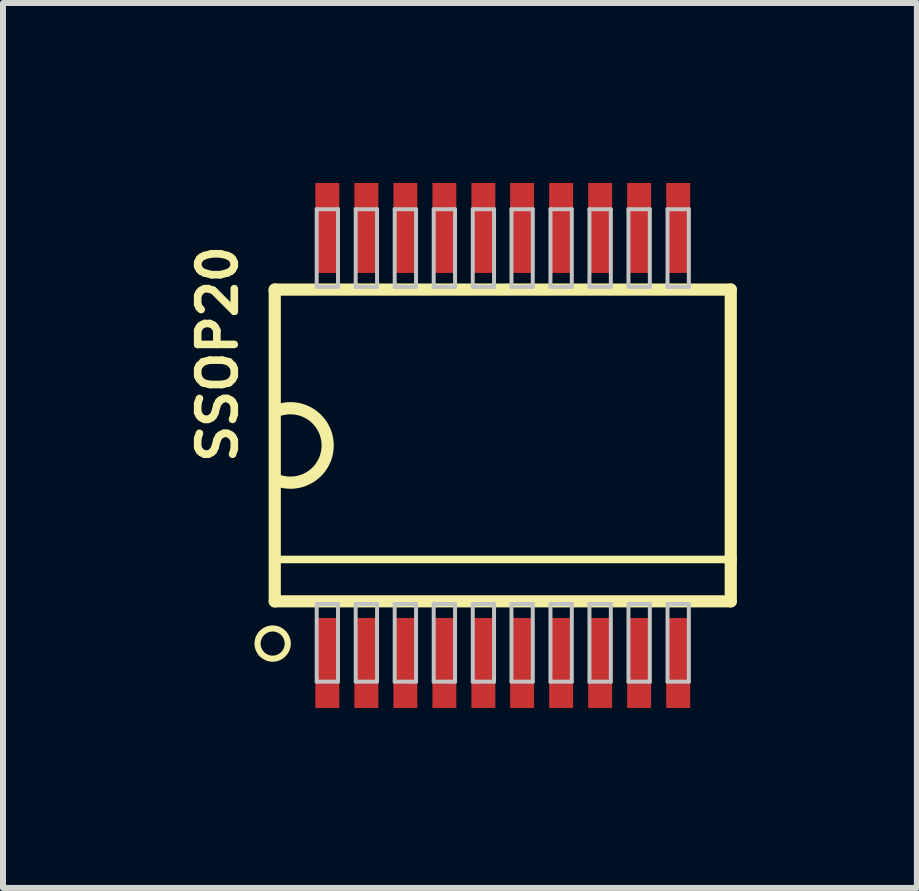
<source format=kicad_pcb>
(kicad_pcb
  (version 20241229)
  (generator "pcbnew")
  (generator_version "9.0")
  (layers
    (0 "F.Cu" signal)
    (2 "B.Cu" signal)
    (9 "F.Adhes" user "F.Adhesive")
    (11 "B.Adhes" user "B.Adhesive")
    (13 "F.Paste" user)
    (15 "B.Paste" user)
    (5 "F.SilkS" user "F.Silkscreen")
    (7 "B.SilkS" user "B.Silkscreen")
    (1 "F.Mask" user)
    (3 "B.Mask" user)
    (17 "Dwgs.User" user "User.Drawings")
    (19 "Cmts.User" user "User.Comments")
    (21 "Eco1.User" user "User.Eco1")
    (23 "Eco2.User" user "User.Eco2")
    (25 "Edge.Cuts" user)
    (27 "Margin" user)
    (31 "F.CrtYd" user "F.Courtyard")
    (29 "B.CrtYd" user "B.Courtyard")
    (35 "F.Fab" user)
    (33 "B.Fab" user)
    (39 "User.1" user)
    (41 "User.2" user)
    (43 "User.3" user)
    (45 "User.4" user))
  (footprint "SSOP20"
    (layer "F.Cu")
    (at 5.329 4.374)
    (property "Reference" "SSOP20" (at -4.75 -1.524 90) (layer "F.SilkS") (effects (font (size 0.61 0.61) (thickness 0.127))))
    (attr smd)
    (fp_line (start -3.823 -2.573) (end -3.8 -2.573) (stroke (width 0.127) (type solid)) (layer "F.SilkS"))
    (fp_line (start -3.8 -2.598) (end -3.8 -2.573) (stroke (width 0.203) (type solid)) (layer "F.SilkS"))
    (fp_line (start -3.8 -2.573) (end -3.8 2.598) (stroke (width 0.203) (type solid)) (layer "F.SilkS"))
    (fp_line (start -3.8 2.598) (end 3.8 2.598) (stroke (width 0.203) (type solid)) (layer "F.SilkS"))
    (fp_line (start -3.698 1.9) (end 3.8 1.9) (stroke (width 0.127) (type solid)) (layer "F.SilkS"))
    (fp_line (start 3.8 -2.598) (end -3.8 -2.598) (stroke (width 0.203) (type solid)) (layer "F.SilkS"))
    (fp_line (start 3.8 1.9) (end 3.8 -2.598) (stroke (width 0.203) (type solid)) (layer "F.SilkS"))
    (fp_line (start 3.8 2.598) (end 3.8 1.9) (stroke (width 0.203) (type solid)) (layer "F.SilkS"))
    (fp_arc (start -3.69824 -0.59944) (mid -2.917789 0.000579) (end -3.699359 0.59914) (stroke (width 0.2032) (type solid)) (layer "F.SilkS"))
    (fp_circle (center -3.835 3.302) (end -4.013 3.48) (stroke (width 0.102) (type solid)) (fill no) (layer "F.SilkS"))
    (fp_line (start -3.101 -3.937) (end -2.746 -3.937) (stroke (width 0.066) (type solid)) (layer "Dwgs.User"))
    (fp_line (start -3.101 -2.642) (end -3.101 -3.937) (stroke (width 0.066) (type solid)) (layer "Dwgs.User"))
    (fp_line (start -3.101 -2.642) (end -2.746 -2.642) (stroke (width 0.066) (type solid)) (layer "Dwgs.User"))
    (fp_line (start -3.101 2.642) (end -2.746 2.642) (stroke (width 0.066) (type solid)) (layer "Dwgs.User"))
    (fp_line (start -3.101 3.937) (end -3.101 2.642) (stroke (width 0.066) (type solid)) (layer "Dwgs.User"))
    (fp_line (start -3.101 3.937) (end -2.746 3.937) (stroke (width 0.066) (type solid)) (layer "Dwgs.User"))
    (fp_line (start -2.746 -2.642) (end -2.746 -3.937) (stroke (width 0.066) (type solid)) (layer "Dwgs.User"))
    (fp_line (start -2.746 3.937) (end -2.746 2.642) (stroke (width 0.066) (type solid)) (layer "Dwgs.User"))
    (fp_line (start -2.451 -3.937) (end -2.095 -3.937) (stroke (width 0.066) (type solid)) (layer "Dwgs.User"))
    (fp_line (start -2.451 -2.642) (end -2.451 -3.937) (stroke (width 0.066) (type solid)) (layer "Dwgs.User"))
    (fp_line (start -2.451 -2.642) (end -2.095 -2.642) (stroke (width 0.066) (type solid)) (layer "Dwgs.User"))
    (fp_line (start -2.451 2.642) (end -2.095 2.642) (stroke (width 0.066) (type solid)) (layer "Dwgs.User"))
    (fp_line (start -2.451 3.937) (end -2.451 2.642) (stroke (width 0.066) (type solid)) (layer "Dwgs.User"))
    (fp_line (start -2.451 3.937) (end -2.095 3.937) (stroke (width 0.066) (type solid)) (layer "Dwgs.User"))
    (fp_line (start -2.095 -2.642) (end -2.095 -3.937) (stroke (width 0.066) (type solid)) (layer "Dwgs.User"))
    (fp_line (start -2.095 3.937) (end -2.095 2.642) (stroke (width 0.066) (type solid)) (layer "Dwgs.User"))
    (fp_line (start -1.801 -3.937) (end -1.445 -3.937) (stroke (width 0.066) (type solid)) (layer "Dwgs.User"))
    (fp_line (start -1.801 -2.642) (end -1.801 -3.937) (stroke (width 0.066) (type solid)) (layer "Dwgs.User"))
    (fp_line (start -1.801 -2.642) (end -1.445 -2.642) (stroke (width 0.066) (type solid)) (layer "Dwgs.User"))
    (fp_line (start -1.801 2.642) (end -1.445 2.642) (stroke (width 0.066) (type solid)) (layer "Dwgs.User"))
    (fp_line (start -1.801 3.937) (end -1.801 2.642) (stroke (width 0.066) (type solid)) (layer "Dwgs.User"))
    (fp_line (start -1.801 3.937) (end -1.445 3.937) (stroke (width 0.066) (type solid)) (layer "Dwgs.User"))
    (fp_line (start -1.445 -2.642) (end -1.445 -3.937) (stroke (width 0.066) (type solid)) (layer "Dwgs.User"))
    (fp_line (start -1.445 3.937) (end -1.445 2.642) (stroke (width 0.066) (type solid)) (layer "Dwgs.User"))
    (fp_line (start -1.151 -3.937) (end -0.795 -3.937) (stroke (width 0.066) (type solid)) (layer "Dwgs.User"))
    (fp_line (start -1.151 -2.642) (end -1.151 -3.937) (stroke (width 0.066) (type solid)) (layer "Dwgs.User"))
    (fp_line (start -1.151 -2.642) (end -0.795 -2.642) (stroke (width 0.066) (type solid)) (layer "Dwgs.User"))
    (fp_line (start -1.151 2.642) (end -0.795 2.642) (stroke (width 0.066) (type solid)) (layer "Dwgs.User"))
    (fp_line (start -1.151 3.937) (end -1.151 2.642) (stroke (width 0.066) (type solid)) (layer "Dwgs.User"))
    (fp_line (start -1.151 3.937) (end -0.795 3.937) (stroke (width 0.066) (type solid)) (layer "Dwgs.User"))
    (fp_line (start -0.795 -2.642) (end -0.795 -3.937) (stroke (width 0.066) (type solid)) (layer "Dwgs.User"))
    (fp_line (start -0.795 3.937) (end -0.795 2.642) (stroke (width 0.066) (type solid)) (layer "Dwgs.User"))
    (fp_line (start -0.5 -3.937) (end -0.145 -3.937) (stroke (width 0.066) (type solid)) (layer "Dwgs.User"))
    (fp_line (start -0.5 -2.642) (end -0.5 -3.937) (stroke (width 0.066) (type solid)) (layer "Dwgs.User"))
    (fp_line (start -0.5 -2.642) (end -0.145 -2.642) (stroke (width 0.066) (type solid)) (layer "Dwgs.User"))
    (fp_line (start -0.5 2.642) (end -0.145 2.642) (stroke (width 0.066) (type solid)) (layer "Dwgs.User"))
    (fp_line (start -0.5 3.937) (end -0.5 2.642) (stroke (width 0.066) (type solid)) (layer "Dwgs.User"))
    (fp_line (start -0.5 3.937) (end -0.145 3.937) (stroke (width 0.066) (type solid)) (layer "Dwgs.User"))
    (fp_line (start -0.145 -2.642) (end -0.145 -3.937) (stroke (width 0.066) (type solid)) (layer "Dwgs.User"))
    (fp_line (start -0.145 3.937) (end -0.145 2.642) (stroke (width 0.066) (type solid)) (layer "Dwgs.User"))
    (fp_line (start 0.145 -3.937) (end 0.5 -3.937) (stroke (width 0.066) (type solid)) (layer "Dwgs.User"))
    (fp_line (start 0.145 -2.642) (end 0.145 -3.937) (stroke (width 0.066) (type solid)) (layer "Dwgs.User"))
    (fp_line (start 0.145 -2.642) (end 0.5 -2.642) (stroke (width 0.066) (type solid)) (layer "Dwgs.User"))
    (fp_line (start 0.145 2.642) (end 0.5 2.642) (stroke (width 0.066) (type solid)) (layer "Dwgs.User"))
    (fp_line (start 0.145 3.937) (end 0.145 2.642) (stroke (width 0.066) (type solid)) (layer "Dwgs.User"))
    (fp_line (start 0.145 3.937) (end 0.5 3.937) (stroke (width 0.066) (type solid)) (layer "Dwgs.User"))
    (fp_line (start 0.5 -2.642) (end 0.5 -3.937) (stroke (width 0.066) (type solid)) (layer "Dwgs.User"))
    (fp_line (start 0.5 3.937) (end 0.5 2.642) (stroke (width 0.066) (type solid)) (layer "Dwgs.User"))
    (fp_line (start 0.795 -3.937) (end 1.151 -3.937) (stroke (width 0.066) (type solid)) (layer "Dwgs.User"))
    (fp_line (start 0.795 -2.642) (end 0.795 -3.937) (stroke (width 0.066) (type solid)) (layer "Dwgs.User"))
    (fp_line (start 0.795 -2.642) (end 1.151 -2.642) (stroke (width 0.066) (type solid)) (layer "Dwgs.User"))
    (fp_line (start 0.795 2.642) (end 1.151 2.642) (stroke (width 0.066) (type solid)) (layer "Dwgs.User"))
    (fp_line (start 0.795 3.937) (end 0.795 2.642) (stroke (width 0.066) (type solid)) (layer "Dwgs.User"))
    (fp_line (start 0.795 3.937) (end 1.151 3.937) (stroke (width 0.066) (type solid)) (layer "Dwgs.User"))
    (fp_line (start 1.151 -2.642) (end 1.151 -3.937) (stroke (width 0.066) (type solid)) (layer "Dwgs.User"))
    (fp_line (start 1.151 3.937) (end 1.151 2.642) (stroke (width 0.066) (type solid)) (layer "Dwgs.User"))
    (fp_line (start 1.445 -3.937) (end 1.801 -3.937) (stroke (width 0.066) (type solid)) (layer "Dwgs.User"))
    (fp_line (start 1.445 -2.642) (end 1.445 -3.937) (stroke (width 0.066) (type solid)) (layer "Dwgs.User"))
    (fp_line (start 1.445 -2.642) (end 1.801 -2.642) (stroke (width 0.066) (type solid)) (layer "Dwgs.User"))
    (fp_line (start 1.445 2.642) (end 1.801 2.642) (stroke (width 0.066) (type solid)) (layer "Dwgs.User"))
    (fp_line (start 1.445 3.937) (end 1.445 2.642) (stroke (width 0.066) (type solid)) (layer "Dwgs.User"))
    (fp_line (start 1.445 3.937) (end 1.801 3.937) (stroke (width 0.066) (type solid)) (layer "Dwgs.User"))
    (fp_line (start 1.801 -2.642) (end 1.801 -3.937) (stroke (width 0.066) (type solid)) (layer "Dwgs.User"))
    (fp_line (start 1.801 3.937) (end 1.801 2.642) (stroke (width 0.066) (type solid)) (layer "Dwgs.User"))
    (fp_line (start 2.095 -3.937) (end 2.451 -3.937) (stroke (width 0.066) (type solid)) (layer "Dwgs.User"))
    (fp_line (start 2.095 -2.642) (end 2.095 -3.937) (stroke (width 0.066) (type solid)) (layer "Dwgs.User"))
    (fp_line (start 2.095 -2.642) (end 2.451 -2.642) (stroke (width 0.066) (type solid)) (layer "Dwgs.User"))
    (fp_line (start 2.095 2.642) (end 2.451 2.642) (stroke (width 0.066) (type solid)) (layer "Dwgs.User"))
    (fp_line (start 2.095 3.937) (end 2.095 2.642) (stroke (width 0.066) (type solid)) (layer "Dwgs.User"))
    (fp_line (start 2.095 3.937) (end 2.451 3.937) (stroke (width 0.066) (type solid)) (layer "Dwgs.User"))
    (fp_line (start 2.451 -2.642) (end 2.451 -3.937) (stroke (width 0.066) (type solid)) (layer "Dwgs.User"))
    (fp_line (start 2.451 3.937) (end 2.451 2.642) (stroke (width 0.066) (type solid)) (layer "Dwgs.User"))
    (fp_line (start 2.746 -3.937) (end 3.101 -3.937) (stroke (width 0.066) (type solid)) (layer "Dwgs.User"))
    (fp_line (start 2.746 -2.642) (end 2.746 -3.937) (stroke (width 0.066) (type solid)) (layer "Dwgs.User"))
    (fp_line (start 2.746 -2.642) (end 3.101 -2.642) (stroke (width 0.066) (type solid)) (layer "Dwgs.User"))
    (fp_line (start 2.746 2.642) (end 3.101 2.642) (stroke (width 0.066) (type solid)) (layer "Dwgs.User"))
    (fp_line (start 2.746 3.937) (end 2.746 2.642) (stroke (width 0.066) (type solid)) (layer "Dwgs.User"))
    (fp_line (start 2.746 3.937) (end 3.101 3.937) (stroke (width 0.066) (type solid)) (layer "Dwgs.User"))
    (fp_line (start 3.101 -2.642) (end 3.101 -3.937) (stroke (width 0.066) (type solid)) (layer "Dwgs.User"))
    (fp_line (start 3.101 3.937) (end 3.101 2.642) (stroke (width 0.066) (type solid)) (layer "Dwgs.User"))
    (pad "1" smd rect (at -2.924 3.625) (size 0.399 1.499) (layers "F.Cu" "F.Mask" "F.Paste"))
    (pad "2" smd rect (at -2.273 3.625) (size 0.399 1.499) (layers "F.Cu" "F.Mask" "F.Paste"))
    (pad "3" smd rect (at -1.623 3.625) (size 0.399 1.499) (layers "F.Cu" "F.Mask" "F.Paste"))
    (pad "4" smd rect (at -0.973 3.625) (size 0.399 1.499) (layers "F.Cu" "F.Mask" "F.Paste"))
    (pad "5" smd rect (at -0.323 3.625) (size 0.399 1.499) (layers "F.Cu" "F.Mask" "F.Paste"))
    (pad "6" smd rect (at 0.323 3.625) (size 0.399 1.499) (layers "F.Cu" "F.Mask" "F.Paste"))
    (pad "7" smd rect (at 0.973 3.625) (size 0.399 1.499) (layers "F.Cu" "F.Mask" "F.Paste"))
    (pad "8" smd rect (at 1.623 3.625) (size 0.399 1.499) (layers "F.Cu" "F.Mask" "F.Paste"))
    (pad "9" smd rect (at 2.273 3.625) (size 0.399 1.499) (layers "F.Cu" "F.Mask" "F.Paste"))
    (pad "10" smd rect (at 2.924 3.625) (size 0.399 1.499) (layers "F.Cu" "F.Mask" "F.Paste"))
    (pad "11" smd rect (at 2.924 -3.625) (size 0.399 1.499) (layers "F.Cu" "F.Mask" "F.Paste"))
    (pad "12" smd rect (at 2.273 -3.625) (size 0.399 1.499) (layers "F.Cu" "F.Mask" "F.Paste"))
    (pad "13" smd rect (at 1.623 -3.625) (size 0.399 1.499) (layers "F.Cu" "F.Mask" "F.Paste"))
    (pad "14" smd rect (at 0.973 -3.625) (size 0.399 1.499) (layers "F.Cu" "F.Mask" "F.Paste"))
    (pad "15" smd rect (at 0.323 -3.625) (size 0.399 1.499) (layers "F.Cu" "F.Mask" "F.Paste"))
    (pad "16" smd rect (at -0.323 -3.625) (size 0.399 1.499) (layers "F.Cu" "F.Mask" "F.Paste"))
    (pad "17" smd rect (at -0.973 -3.625) (size 0.399 1.499) (layers "F.Cu" "F.Mask" "F.Paste"))
    (pad "18" smd rect (at -1.623 -3.625) (size 0.399 1.499) (layers "F.Cu" "F.Mask" "F.Paste"))
    (pad "19" smd rect (at -2.273 -3.625) (size 0.399 1.499) (layers "F.Cu" "F.Mask" "F.Paste"))
    (pad "20" smd rect (at -2.924 -3.625) (size 0.399 1.499) (layers "F.Cu" "F.Mask" "F.Paste")))
  (gr_rect
    (start -3 -3)
    (end 12.231 11.748)
    (stroke (width 0.1) (type default))
    (fill no)
    (layer "Edge.Cuts")))
</source>
